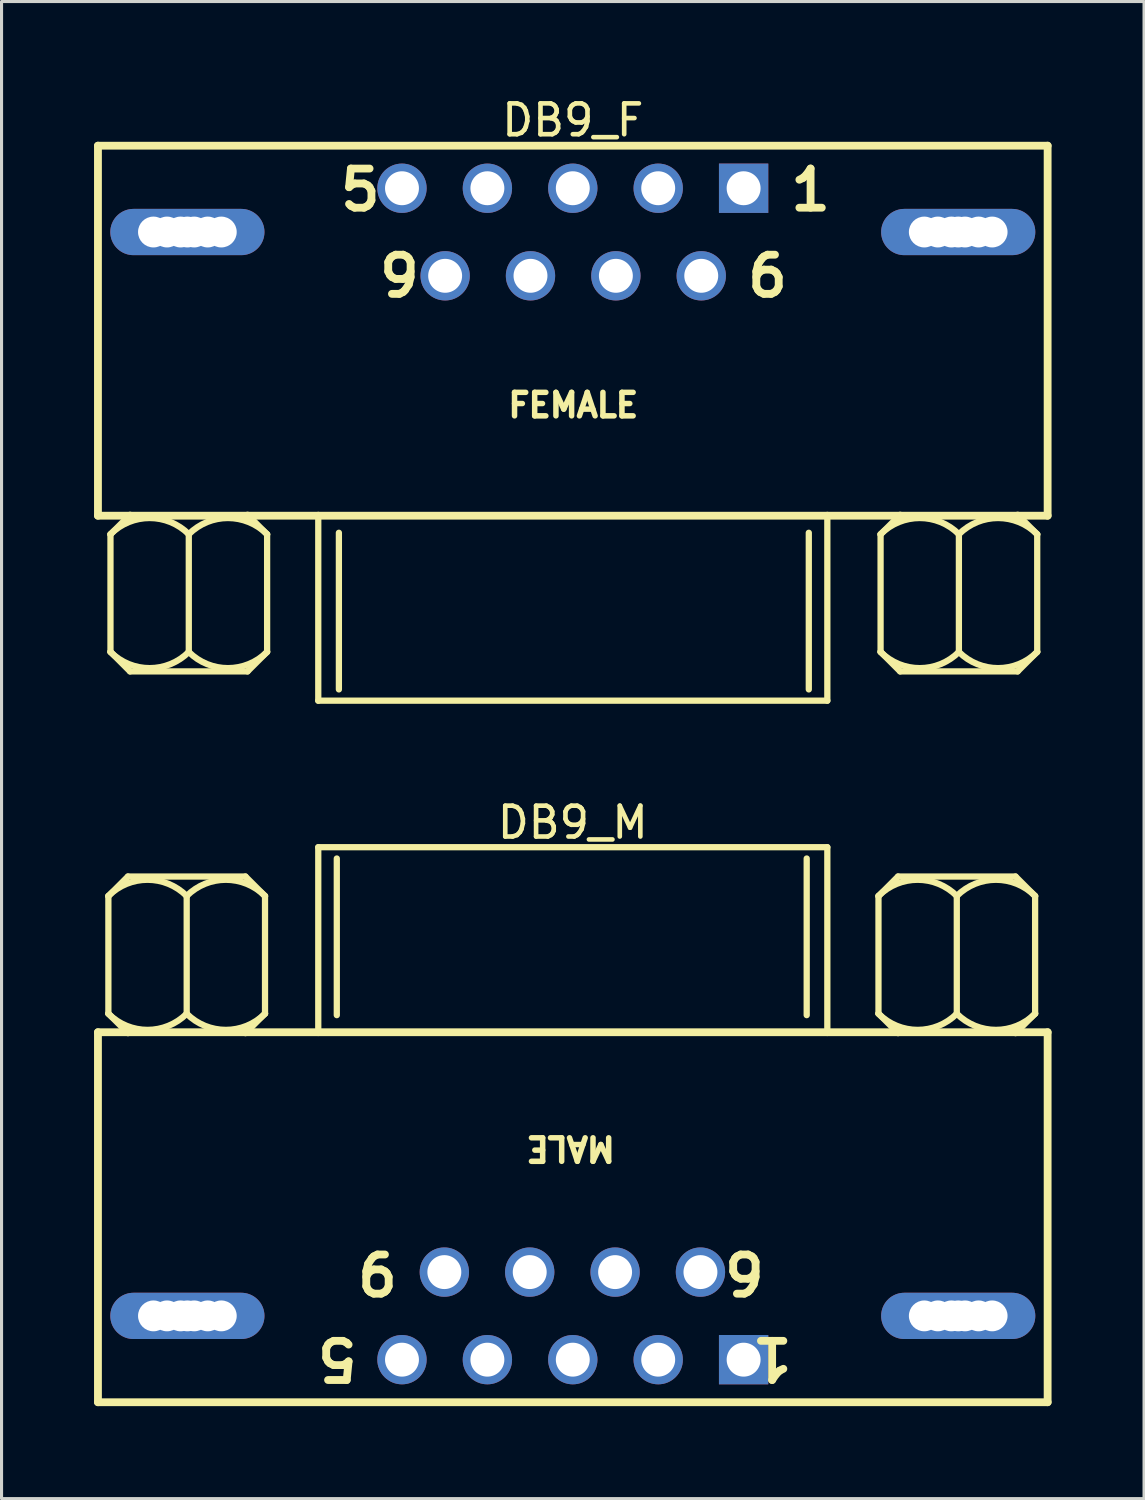
<source format=kicad_pcb>
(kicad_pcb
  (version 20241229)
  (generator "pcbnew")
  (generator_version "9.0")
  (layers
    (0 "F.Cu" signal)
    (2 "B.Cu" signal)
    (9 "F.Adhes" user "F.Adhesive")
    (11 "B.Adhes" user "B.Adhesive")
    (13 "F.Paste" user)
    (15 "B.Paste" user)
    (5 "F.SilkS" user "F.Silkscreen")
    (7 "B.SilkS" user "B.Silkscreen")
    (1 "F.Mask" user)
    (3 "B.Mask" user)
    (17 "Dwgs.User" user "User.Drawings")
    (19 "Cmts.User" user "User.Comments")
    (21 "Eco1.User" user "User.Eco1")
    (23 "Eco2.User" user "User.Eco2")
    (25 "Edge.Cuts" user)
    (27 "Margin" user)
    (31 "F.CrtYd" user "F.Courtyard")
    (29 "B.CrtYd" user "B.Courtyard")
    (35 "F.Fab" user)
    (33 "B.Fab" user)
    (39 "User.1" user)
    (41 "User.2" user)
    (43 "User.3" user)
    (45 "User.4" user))
  (footprint "DB9_M"
    (layer "F.Cu")
    (at 21.067 41.047)
    (property "Reference" "DB9_M" (at -5.54 -17.422 0) (layer "F.SilkS") (effects (font (size 1 1) (thickness 0.15))))
    (fp_line (start -20.94 -10.62) (end 9.86 -10.62) (stroke (width 0.254) (type solid)) (layer "F.SilkS"))
    (fp_line (start -20.94 1.38) (end -20.94 -10.62) (stroke (width 0.254) (type solid)) (layer "F.SilkS"))
    (fp_line (start -20.94 1.38) (end 9.86 1.38) (stroke (width 0.254) (type solid)) (layer "F.SilkS"))
    (fp_line (start -20.602 -15.035) (end -19.967 -15.67) (stroke (width 0.203) (type solid)) (layer "F.SilkS"))
    (fp_line (start -20.602 -11.225) (end -20.602 -15.035) (stroke (width 0.203) (type solid)) (layer "F.SilkS"))
    (fp_line (start -20.602 -11.225) (end -19.967 -10.59) (stroke (width 0.203) (type solid)) (layer "F.SilkS"))
    (fp_line (start -19.967 -15.67) (end -16.157 -15.67) (stroke (width 0.203) (type solid)) (layer "F.SilkS"))
    (fp_line (start -18.062 -11.225) (end -18.062 -15.035) (stroke (width 0.203) (type solid)) (layer "F.SilkS"))
    (fp_line (start -16.157 -15.67) (end -15.522 -15.035) (stroke (width 0.203) (type solid)) (layer "F.SilkS"))
    (fp_line (start -16.157 -10.59) (end -15.522 -11.225) (stroke (width 0.203) (type solid)) (layer "F.SilkS"))
    (fp_line (start -15.522 -11.225) (end -15.522 -15.035) (stroke (width 0.203) (type solid)) (layer "F.SilkS"))
    (fp_line (start -13.795 -16.62) (end 2.715 -16.62) (stroke (width 0.203) (type solid)) (layer "F.SilkS"))
    (fp_line (start -13.795 -10.595) (end -13.795 -16.62) (stroke (width 0.203) (type solid)) (layer "F.SilkS"))
    (fp_line (start -13.194 -11.174) (end -13.194 -16.254) (stroke (width 0.203) (type solid)) (layer "F.SilkS"))
    (fp_line (start 2.046 -11.174) (end 2.046 -16.254) (stroke (width 0.203) (type solid)) (layer "F.SilkS"))
    (fp_line (start 2.715 -10.595) (end 2.715 -16.62) (stroke (width 0.203) (type solid)) (layer "F.SilkS"))
    (fp_line (start 4.374 -15.035) (end 5.009 -15.67) (stroke (width 0.203) (type solid)) (layer "F.SilkS"))
    (fp_line (start 4.374 -11.225) (end 4.374 -15.035) (stroke (width 0.203) (type solid)) (layer "F.SilkS"))
    (fp_line (start 4.374 -11.225) (end 5.009 -10.59) (stroke (width 0.203) (type solid)) (layer "F.SilkS"))
    (fp_line (start 5.009 -15.67) (end 8.819 -15.67) (stroke (width 0.203) (type solid)) (layer "F.SilkS"))
    (fp_line (start 6.914 -11.225) (end 6.914 -15.035) (stroke (width 0.203) (type solid)) (layer "F.SilkS"))
    (fp_line (start 8.819 -15.67) (end 9.454 -15.035) (stroke (width 0.203) (type solid)) (layer "F.SilkS"))
    (fp_line (start 8.819 -10.59) (end 9.454 -11.225) (stroke (width 0.203) (type solid)) (layer "F.SilkS"))
    (fp_line (start 9.454 -11.225) (end 9.454 -15.035) (stroke (width 0.203) (type solid)) (layer "F.SilkS"))
    (fp_line (start 9.86 1.38) (end 9.86 -10.62) (stroke (width 0.254) (type solid)) (layer "F.SilkS"))
    (fp_arc (start -20.604398 -15.036998) (mid -19.3322 -15.56396) (end -18.060002 -15.036998) (stroke (width 0.2032) (type solid)) (layer "F.SilkS"))
    (fp_arc (start -18.064398 -15.036998) (mid -16.7922 -15.56396) (end -15.520002 -15.036998) (stroke (width 0.2032) (type solid)) (layer "F.SilkS"))
    (fp_arc (start -18.060002 -11.222602) (mid -19.3322 -10.69564) (end -20.604398 -11.222602) (stroke (width 0.2032) (type solid)) (layer "F.SilkS"))
    (fp_arc (start -15.520002 -11.222602) (mid -16.7922 -10.69564) (end -18.064398 -11.222602) (stroke (width 0.2032) (type solid)) (layer "F.SilkS"))
    (fp_arc (start 4.372242 -15.036998) (mid 5.64444 -15.56396) (end 6.916638 -15.036998) (stroke (width 0.2032) (type solid)) (layer "F.SilkS"))
    (fp_arc (start 6.912242 -15.036998) (mid 8.18444 -15.56396) (end 9.456638 -15.036998) (stroke (width 0.2032) (type solid)) (layer "F.SilkS"))
    (fp_arc (start 6.916638 -11.222602) (mid 5.64444 -10.69564) (end 4.372242 -11.222602) (stroke (width 0.2032) (type solid)) (layer "F.SilkS"))
    (fp_arc (start 9.456638 -11.222602) (mid 8.18444 -10.69564) (end 6.912242 -11.222602) (stroke (width 0.2032) (type solid)) (layer "F.SilkS"))
    (fp_text user "6" (at 0.797 -3.579 180) (unlocked yes) (layer "F.SilkS") (effects (font (size 1.27 1.27) (thickness 0.254)) (justify left bottom)))
    (fp_text user "5" (at -12.403 -0.779 180) (unlocked yes) (layer "F.SilkS") (effects (font (size 1.27 1.27) (thickness 0.254)) (justify left bottom)))
    (fp_text user "MALE" (at -4.078 -7.298 180) (unlocked yes) (layer "F.SilkS") (effects (font (size 0.762 0.762) (thickness 0.178)) (justify left bottom)))
    (fp_text user "1" (at 1.697 -0.779 180) (unlocked yes) (layer "F.SilkS") (effects (font (size 1.27 1.27) (thickness 0.254)) (justify left bottom)))
    (fp_text user "9" (at -11.103 -3.579 180) (unlocked yes) (layer "F.SilkS") (effects (font (size 1.27 1.27) (thickness 0.254)) (justify left bottom)))
    (pad "0" thru_hole circle (at -19.14 -1.42) (size 1 1) (drill 1) (layers "*.Cu" "*.Mask"))
    (pad "0" thru_hole circle (at -18.7 -1.42) (size 1 1) (drill 1) (layers "*.Cu" "*.Mask"))
    (pad "0" thru_hole circle (at -18.26 -1.42) (size 1 1) (drill 1) (layers "*.Cu" "*.Mask"))
    (pad "0" thru_hole oval (at -18.04 -1.42) (size 5 1.5) (drill 1) (layers "*.Cu" "*.Mask"))
    (pad "0" thru_hole circle (at -17.82 -1.42) (size 1 1) (drill 1) (layers "*.Cu" "*.Mask"))
    (pad "0" thru_hole circle (at -17.38 -1.42) (size 1 1) (drill 1) (layers "*.Cu" "*.Mask"))
    (pad "0" thru_hole circle (at -16.94 -1.42) (size 1 1) (drill 1) (layers "*.Cu" "*.Mask"))
    (pad "0" thru_hole circle (at 5.86 -1.42) (size 1 1) (drill 1) (layers "*.Cu" "*.Mask"))
    (pad "0" thru_hole circle (at 6.3 -1.42) (size 1 1) (drill 1) (layers "*.Cu" "*.Mask"))
    (pad "0" thru_hole circle (at 6.74 -1.42) (size 1 1) (drill 1) (layers "*.Cu" "*.Mask"))
    (pad "0" thru_hole oval (at 6.96 -1.42) (size 5 1.5) (drill 1) (layers "*.Cu" "*.Mask"))
    (pad "0" thru_hole circle (at 7.18 -1.42) (size 1 1) (drill 1) (layers "*.Cu" "*.Mask"))
    (pad "0" thru_hole circle (at 7.62 -1.42) (size 1 1) (drill 1) (layers "*.Cu" "*.Mask"))
    (pad "0" thru_hole circle (at 8.06 -1.42) (size 1 1) (drill 1) (layers "*.Cu" "*.Mask"))
    (pad "1" thru_hole rect (at 0 0) (size 1.6 1.6) (drill 1.1) (layers "*.Cu" "*.Mask"))
    (pad "2" thru_hole circle (at -2.77 0) (size 1.6 1.6) (drill 1.1) (layers "*.Cu" "*.Mask"))
    (pad "3" thru_hole circle (at -5.54 0) (size 1.6 1.6) (drill 1.1) (layers "*.Cu" "*.Mask"))
    (pad "4" thru_hole circle (at -8.31 0) (size 1.6 1.6) (drill 1.1) (layers "*.Cu" "*.Mask"))
    (pad "5" thru_hole circle (at -11.08 0) (size 1.6 1.6) (drill 1.1) (layers "*.Cu" "*.Mask"))
    (pad "6" thru_hole circle (at -1.4 -2.84) (size 1.6 1.6) (drill 1.1) (layers "*.Cu" "*.Mask"))
    (pad "7" thru_hole circle (at -4.168 -2.84) (size 1.6 1.6) (drill 1.1) (layers "*.Cu" "*.Mask"))
    (pad "8" thru_hole circle (at -6.937 -2.84) (size 1.6 1.6) (drill 1.1) (layers "*.Cu" "*.Mask"))
    (pad "9" thru_hole circle (at -9.706 -2.84) (size 1.6 1.6) (drill 1.1) (layers "*.Cu" "*.Mask")))
  (footprint "DB9_F"
    (layer "F.Cu")
    (at 21.067 3.055)
    (property "Reference" "DB9_F" (at -5.54 -2.207 0) (layer "F.SilkS") (effects (font (size 1 1) (thickness 0.15))))
    (fp_line (start -20.94 -1.38) (end 9.86 -1.38) (stroke (width 0.254) (type solid)) (layer "F.SilkS"))
    (fp_line (start -20.94 10.62) (end -20.94 -1.38) (stroke (width 0.254) (type solid)) (layer "F.SilkS"))
    (fp_line (start -20.94 10.62) (end 9.86 10.62) (stroke (width 0.254) (type solid)) (layer "F.SilkS"))
    (fp_line (start -20.534 11.225) (end -19.899 10.59) (stroke (width 0.203) (type solid)) (layer "F.SilkS"))
    (fp_line (start -20.534 15.035) (end -20.534 11.225) (stroke (width 0.203) (type solid)) (layer "F.SilkS"))
    (fp_line (start -20.534 15.035) (end -19.899 15.67) (stroke (width 0.203) (type solid)) (layer "F.SilkS"))
    (fp_line (start -19.899 15.67) (end -16.089 15.67) (stroke (width 0.203) (type solid)) (layer "F.SilkS"))
    (fp_line (start -17.994 15.035) (end -17.994 11.225) (stroke (width 0.203) (type solid)) (layer "F.SilkS"))
    (fp_line (start -16.089 10.59) (end -15.454 11.225) (stroke (width 0.203) (type solid)) (layer "F.SilkS"))
    (fp_line (start -16.089 15.67) (end -15.454 15.035) (stroke (width 0.203) (type solid)) (layer "F.SilkS"))
    (fp_line (start -15.454 15.035) (end -15.454 11.225) (stroke (width 0.203) (type solid)) (layer "F.SilkS"))
    (fp_line (start -13.795 16.62) (end -13.795 10.595) (stroke (width 0.203) (type solid)) (layer "F.SilkS"))
    (fp_line (start -13.795 16.62) (end 2.715 16.62) (stroke (width 0.203) (type solid)) (layer "F.SilkS"))
    (fp_line (start -13.126 16.254) (end -13.126 11.174) (stroke (width 0.203) (type solid)) (layer "F.SilkS"))
    (fp_line (start 2.114 16.254) (end 2.114 11.174) (stroke (width 0.203) (type solid)) (layer "F.SilkS"))
    (fp_line (start 2.715 16.62) (end 2.715 10.595) (stroke (width 0.203) (type solid)) (layer "F.SilkS"))
    (fp_line (start 4.442 11.225) (end 5.077 10.59) (stroke (width 0.203) (type solid)) (layer "F.SilkS"))
    (fp_line (start 4.442 15.035) (end 4.442 11.225) (stroke (width 0.203) (type solid)) (layer "F.SilkS"))
    (fp_line (start 4.442 15.035) (end 5.077 15.67) (stroke (width 0.203) (type solid)) (layer "F.SilkS"))
    (fp_line (start 5.077 15.67) (end 8.887 15.67) (stroke (width 0.203) (type solid)) (layer "F.SilkS"))
    (fp_line (start 6.982 15.035) (end 6.982 11.225) (stroke (width 0.203) (type solid)) (layer "F.SilkS"))
    (fp_line (start 8.887 10.59) (end 9.522 11.225) (stroke (width 0.203) (type solid)) (layer "F.SilkS"))
    (fp_line (start 8.887 15.67) (end 9.522 15.035) (stroke (width 0.203) (type solid)) (layer "F.SilkS"))
    (fp_line (start 9.522 15.035) (end 9.522 11.225) (stroke (width 0.203) (type solid)) (layer "F.SilkS"))
    (fp_line (start 9.86 10.62) (end 9.86 -1.38) (stroke (width 0.254) (type solid)) (layer "F.SilkS"))
    (fp_arc (start -20.536628 11.222602) (mid -19.26443 10.69564) (end -17.992232 11.222602) (stroke (width 0.2032) (type solid)) (layer "F.SilkS"))
    (fp_arc (start -17.996628 11.222602) (mid -16.72443 10.69564) (end -15.452232 11.222602) (stroke (width 0.2032) (type solid)) (layer "F.SilkS"))
    (fp_arc (start -17.992232 15.036998) (mid -19.26443 15.56396) (end -20.536628 15.036998) (stroke (width 0.2032) (type solid)) (layer "F.SilkS"))
    (fp_arc (start -15.452232 15.036998) (mid -16.72443 15.56396) (end -17.996628 15.036998) (stroke (width 0.2032) (type solid)) (layer "F.SilkS"))
    (fp_arc (start 4.440002 11.222602) (mid 5.7122 10.69564) (end 6.984398 11.222602) (stroke (width 0.2032) (type solid)) (layer "F.SilkS"))
    (fp_arc (start 6.980002 11.222602) (mid 8.2522 10.69564) (end 9.524398 11.222602) (stroke (width 0.2032) (type solid)) (layer "F.SilkS"))
    (fp_arc (start 6.984398 15.036998) (mid 5.7122 15.56396) (end 4.440002 15.036998) (stroke (width 0.2032) (type solid)) (layer "F.SilkS"))
    (fp_arc (start 9.524398 15.036998) (mid 8.2522 15.56396) (end 6.980002 15.036998) (stroke (width 0.2032) (type solid)) (layer "F.SilkS"))
    (fp_text user "6" (at 0.003 3.594 0) (unlocked yes) (layer "F.SilkS") (effects (font (size 1.27 1.27) (thickness 0.254)) (justify left bottom)))
    (fp_text user "1" (at 1.4 0.8 0) (unlocked yes) (layer "F.SilkS") (effects (font (size 1.27 1.27) (thickness 0.254)) (justify left bottom)))
    (fp_text user "FEMALE" (at -7.728 7.484 0) (unlocked yes) (layer "F.SilkS") (effects (font (size 0.762 0.762) (thickness 0.178)) (justify left bottom)))
    (fp_text user "9" (at -11.935 3.594 0) (unlocked yes) (layer "F.SilkS") (effects (font (size 1.27 1.27) (thickness 0.254)) (justify left bottom)))
    (fp_text user "5" (at -13.205 0.8 0) (unlocked yes) (layer "F.SilkS") (effects (font (size 1.27 1.27) (thickness 0.254)) (justify left bottom)))
    (pad "0" thru_hole circle (at -19.14 1.42 180) (size 1 1) (drill 1) (layers "*.Cu" "*.Mask"))
    (pad "0" thru_hole circle (at -18.7 1.42 180) (size 1 1) (drill 1) (layers "*.Cu" "*.Mask"))
    (pad "0" thru_hole circle (at -18.26 1.42 180) (size 1 1) (drill 1) (layers "*.Cu" "*.Mask"))
    (pad "0" thru_hole oval (at -18.04 1.42 180) (size 5 1.5) (drill 1) (layers "*.Cu" "*.Mask"))
    (pad "0" thru_hole circle (at -17.82 1.42 180) (size 1 1) (drill 1) (layers "*.Cu" "*.Mask"))
    (pad "0" thru_hole circle (at -17.38 1.42 180) (size 1 1) (drill 1) (layers "*.Cu" "*.Mask"))
    (pad "0" thru_hole circle (at -16.94 1.42 180) (size 1 1) (drill 1) (layers "*.Cu" "*.Mask"))
    (pad "0" thru_hole circle (at 5.86 1.42 180) (size 1 1) (drill 1) (layers "*.Cu" "*.Mask"))
    (pad "0" thru_hole circle (at 6.3 1.42 180) (size 1 1) (drill 1) (layers "*.Cu" "*.Mask"))
    (pad "0" thru_hole circle (at 6.74 1.42 180) (size 1 1) (drill 1) (layers "*.Cu" "*.Mask"))
    (pad "0" thru_hole oval (at 6.96 1.42 180) (size 5 1.5) (drill 1) (layers "*.Cu" "*.Mask"))
    (pad "0" thru_hole circle (at 7.18 1.42 180) (size 1 1) (drill 1) (layers "*.Cu" "*.Mask"))
    (pad "0" thru_hole circle (at 7.62 1.42 180) (size 1 1) (drill 1) (layers "*.Cu" "*.Mask"))
    (pad "0" thru_hole circle (at 8.06 1.42 180) (size 1 1) (drill 1) (layers "*.Cu" "*.Mask"))
    (pad "1" thru_hole rect (at 0 0 180) (size 1.6 1.6) (drill 1.1) (layers "*.Cu" "*.Mask"))
    (pad "2" thru_hole circle (at -2.77 0 180) (size 1.6 1.6) (drill 1.1) (layers "*.Cu" "*.Mask"))
    (pad "3" thru_hole circle (at -5.54 0 180) (size 1.6 1.6) (drill 1.1) (layers "*.Cu" "*.Mask"))
    (pad "4" thru_hole circle (at -8.31 0 180) (size 1.6 1.6) (drill 1.1) (layers "*.Cu" "*.Mask"))
    (pad "5" thru_hole circle (at -11.08 0 180) (size 1.6 1.6) (drill 1.1) (layers "*.Cu" "*.Mask"))
    (pad "6" thru_hole circle (at -1.374 2.84 180) (size 1.6 1.6) (drill 1.1) (layers "*.Cu" "*.Mask"))
    (pad "7" thru_hole circle (at -4.143 2.84 180) (size 1.6 1.6) (drill 1.1) (layers "*.Cu" "*.Mask"))
    (pad "8" thru_hole circle (at -6.912 2.84 180) (size 1.6 1.6) (drill 1.1) (layers "*.Cu" "*.Mask"))
    (pad "9" thru_hole circle (at -9.68 2.84 180) (size 1.6 1.6) (drill 1.1) (layers "*.Cu" "*.Mask")))
  (gr_rect
    (start -3 -3)
    (end 34.054 45.554)
    (stroke (width 0.1) (type default))
    (fill no)
    (layer "Edge.Cuts")))
</source>
